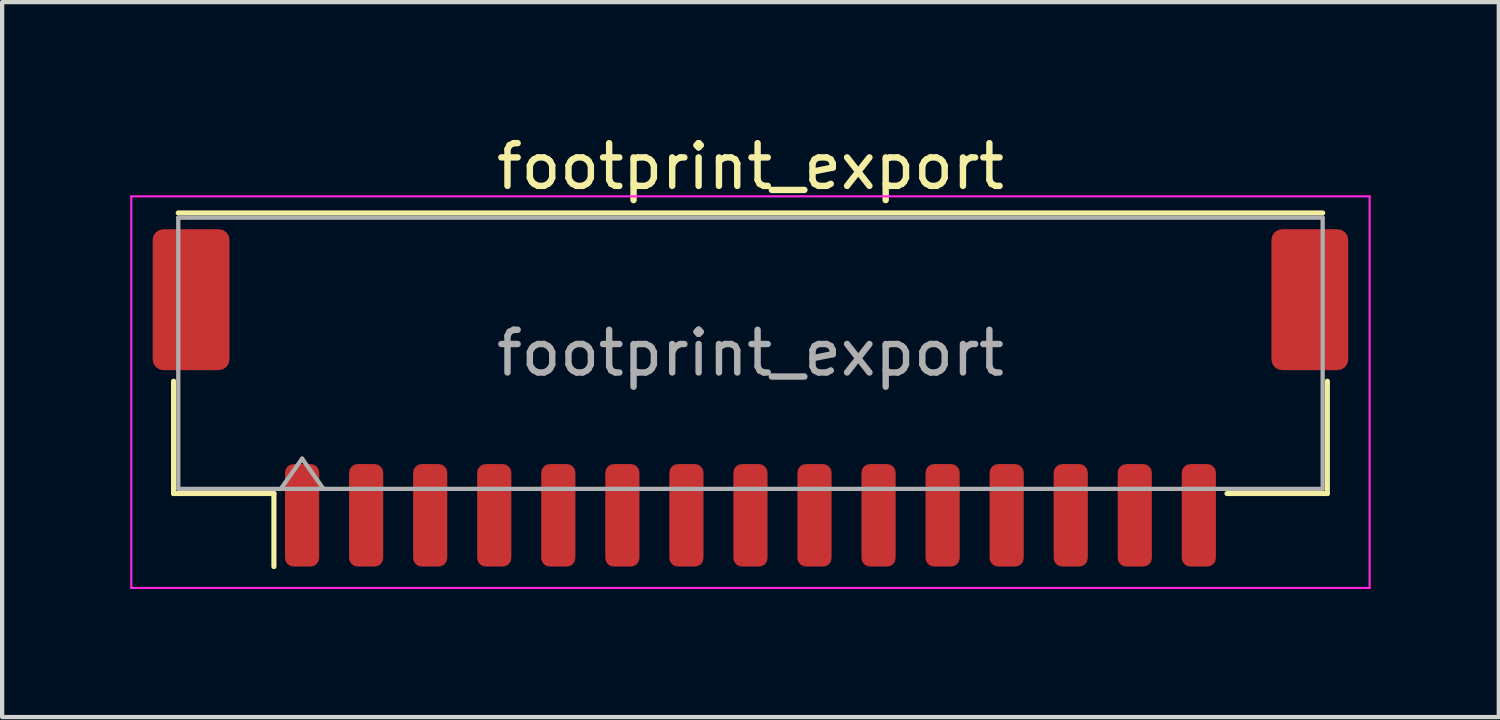
<source format=kicad_pcb>
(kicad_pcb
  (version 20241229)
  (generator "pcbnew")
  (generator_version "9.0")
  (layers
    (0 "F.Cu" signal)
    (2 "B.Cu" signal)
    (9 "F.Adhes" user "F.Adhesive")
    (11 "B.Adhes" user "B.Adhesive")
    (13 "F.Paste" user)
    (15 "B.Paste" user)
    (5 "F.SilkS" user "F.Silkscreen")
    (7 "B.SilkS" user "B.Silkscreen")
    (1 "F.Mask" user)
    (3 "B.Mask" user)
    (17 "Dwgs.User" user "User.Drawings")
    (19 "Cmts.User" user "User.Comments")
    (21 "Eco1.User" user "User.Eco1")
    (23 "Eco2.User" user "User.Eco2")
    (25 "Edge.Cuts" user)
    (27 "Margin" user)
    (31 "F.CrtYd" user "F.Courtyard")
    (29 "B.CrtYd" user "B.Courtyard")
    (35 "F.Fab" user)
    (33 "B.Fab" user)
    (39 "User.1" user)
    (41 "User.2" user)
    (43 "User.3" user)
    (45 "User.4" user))
  (footprint "footprint_export"
    (layer "F.Cu")
    (at 14.525 6.268)
    (property "Reference" "footprint_export" (at 0 -5.42 0) (layer "F.SilkS") (effects (font (size 1 1) (thickness 0.15))))
    (attr smd)
    (fp_line (start -13.51 -0.39) (end -13.51 2.24) (stroke (width 0.12) (type solid)) (layer "F.SilkS"))
    (fp_line (start -13.51 2.24) (end -11.16 2.24) (stroke (width 0.12) (type solid)) (layer "F.SilkS"))
    (fp_line (start -13.4 -4.33) (end 13.4 -4.33) (stroke (width 0.12) (type solid)) (layer "F.SilkS"))
    (fp_line (start -11.16 2.24) (end -11.16 3.95) (stroke (width 0.12) (type solid)) (layer "F.SilkS"))
    (fp_line (start 13.51 -0.39) (end 13.51 2.24) (stroke (width 0.12) (type solid)) (layer "F.SilkS"))
    (fp_line (start 13.51 2.24) (end 11.16 2.24) (stroke (width 0.12) (type solid)) (layer "F.SilkS"))
    (fp_line (start -14.5 -4.72) (end -14.5 4.45) (stroke (width 0.05) (type solid)) (layer "F.CrtYd"))
    (fp_line (start -14.5 4.45) (end 14.5 4.45) (stroke (width 0.05) (type solid)) (layer "F.CrtYd"))
    (fp_line (start 14.5 -4.72) (end -14.5 -4.72) (stroke (width 0.05) (type solid)) (layer "F.CrtYd"))
    (fp_line (start 14.5 4.45) (end 14.5 -4.72) (stroke (width 0.05) (type solid)) (layer "F.CrtYd"))
    (fp_line (start -13.4 -4.22) (end 13.4 -4.22) (stroke (width 0.1) (type solid)) (layer "F.Fab"))
    (fp_line (start -13.4 2.13) (end -13.4 -4.22) (stroke (width 0.1) (type solid)) (layer "F.Fab"))
    (fp_line (start -13.4 2.13) (end 13.4 2.13) (stroke (width 0.1) (type solid)) (layer "F.Fab"))
    (fp_line (start -11 2.13) (end -10.5 1.423) (stroke (width 0.1) (type solid)) (layer "F.Fab"))
    (fp_line (start -10.5 1.423) (end -10 2.13) (stroke (width 0.1) (type solid)) (layer "F.Fab"))
    (fp_line (start 13.4 2.13) (end 13.4 -4.22) (stroke (width 0.1) (type solid)) (layer "F.Fab"))
    (fp_text user "${REFERENCE}" (at 0 -1.05 0) (layer "F.Fab") (effects (font (size 1 1) (thickness 0.15))))
    (pad "1" smd roundrect (at -10.5 2.75) (size 0.8 2.4) (layers "F.Cu" "F.Mask" "F.Paste") (roundrect_rratio 0.25))
    (pad "2" smd roundrect (at -9 2.75) (size 0.8 2.4) (layers "F.Cu" "F.Mask" "F.Paste") (roundrect_rratio 0.25))
    (pad "3" smd roundrect (at -7.5 2.75) (size 0.8 2.4) (layers "F.Cu" "F.Mask" "F.Paste") (roundrect_rratio 0.25))
    (pad "4" smd roundrect (at -6 2.75) (size 0.8 2.4) (layers "F.Cu" "F.Mask" "F.Paste") (roundrect_rratio 0.25))
    (pad "5" smd roundrect (at -4.5 2.75) (size 0.8 2.4) (layers "F.Cu" "F.Mask" "F.Paste") (roundrect_rratio 0.25))
    (pad "6" smd roundrect (at -3 2.75) (size 0.8 2.4) (layers "F.Cu" "F.Mask" "F.Paste") (roundrect_rratio 0.25))
    (pad "7" smd roundrect (at -1.5 2.75) (size 0.8 2.4) (layers "F.Cu" "F.Mask" "F.Paste") (roundrect_rratio 0.25))
    (pad "8" smd roundrect (at 0 2.75) (size 0.8 2.4) (layers "F.Cu" "F.Mask" "F.Paste") (roundrect_rratio 0.25))
    (pad "9" smd roundrect (at 1.5 2.75) (size 0.8 2.4) (layers "F.Cu" "F.Mask" "F.Paste") (roundrect_rratio 0.25))
    (pad "10" smd roundrect (at 3 2.75) (size 0.8 2.4) (layers "F.Cu" "F.Mask" "F.Paste") (roundrect_rratio 0.25))
    (pad "11" smd roundrect (at 4.5 2.75) (size 0.8 2.4) (layers "F.Cu" "F.Mask" "F.Paste") (roundrect_rratio 0.25))
    (pad "12" smd roundrect (at 6 2.75) (size 0.8 2.4) (layers "F.Cu" "F.Mask" "F.Paste") (roundrect_rratio 0.25))
    (pad "13" smd roundrect (at 7.5 2.75) (size 0.8 2.4) (layers "F.Cu" "F.Mask" "F.Paste") (roundrect_rratio 0.25))
    (pad "14" smd roundrect (at 9 2.75) (size 0.8 2.4) (layers "F.Cu" "F.Mask" "F.Paste") (roundrect_rratio 0.25))
    (pad "15" smd roundrect (at 10.5 2.75) (size 0.8 2.4) (layers "F.Cu" "F.Mask" "F.Paste") (roundrect_rratio 0.25))
    (pad "MP" smd roundrect (at -13.1 -2.3) (size 1.8 3.3) (layers "F.Cu" "F.Mask" "F.Paste") (roundrect_rratio 0.139))
    (pad "MP" smd roundrect (at 13.1 -2.3) (size 1.8 3.3) (layers "F.Cu" "F.Mask" "F.Paste") (roundrect_rratio 0.139)))
  (gr_rect
    (start -3 -3)
    (end 32.05 13.743)
    (stroke (width 0.1) (type default))
    (fill no)
    (layer "Edge.Cuts")))
</source>
